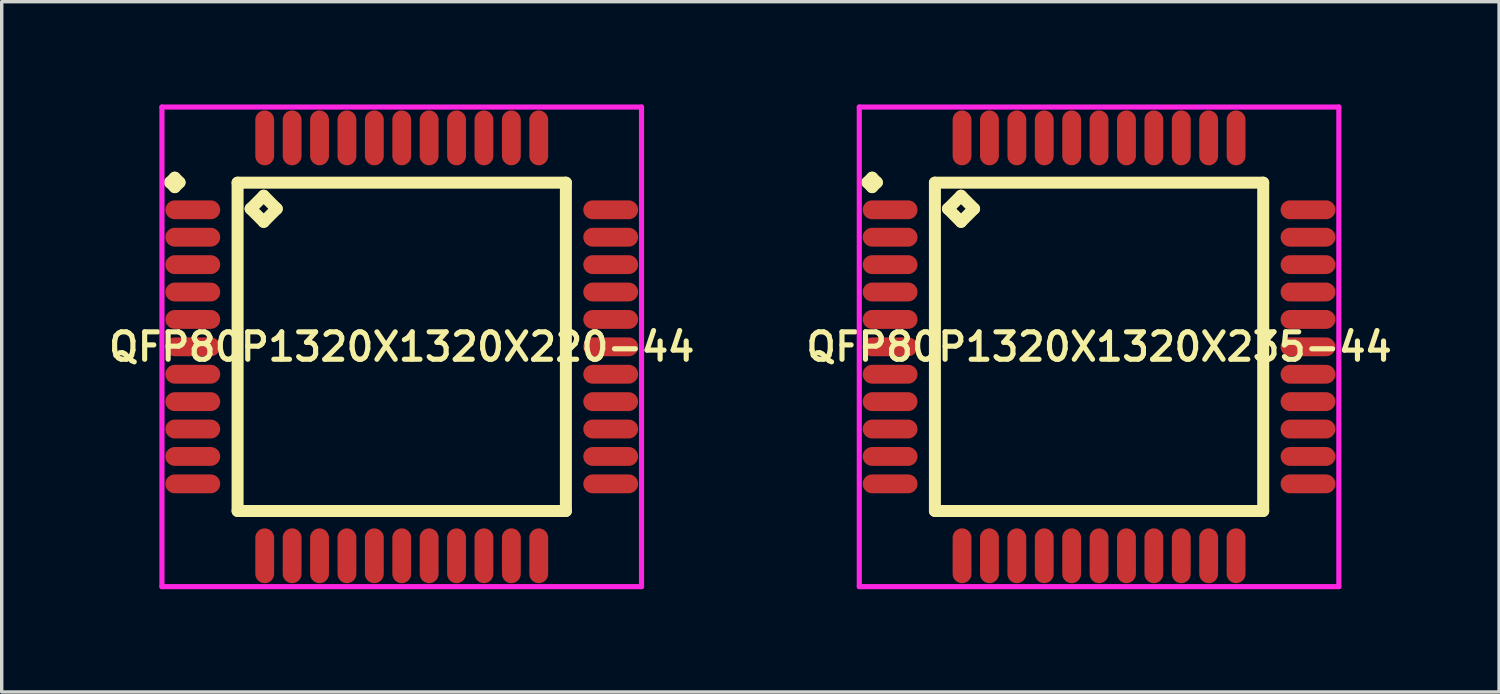
<source format=kicad_pcb>
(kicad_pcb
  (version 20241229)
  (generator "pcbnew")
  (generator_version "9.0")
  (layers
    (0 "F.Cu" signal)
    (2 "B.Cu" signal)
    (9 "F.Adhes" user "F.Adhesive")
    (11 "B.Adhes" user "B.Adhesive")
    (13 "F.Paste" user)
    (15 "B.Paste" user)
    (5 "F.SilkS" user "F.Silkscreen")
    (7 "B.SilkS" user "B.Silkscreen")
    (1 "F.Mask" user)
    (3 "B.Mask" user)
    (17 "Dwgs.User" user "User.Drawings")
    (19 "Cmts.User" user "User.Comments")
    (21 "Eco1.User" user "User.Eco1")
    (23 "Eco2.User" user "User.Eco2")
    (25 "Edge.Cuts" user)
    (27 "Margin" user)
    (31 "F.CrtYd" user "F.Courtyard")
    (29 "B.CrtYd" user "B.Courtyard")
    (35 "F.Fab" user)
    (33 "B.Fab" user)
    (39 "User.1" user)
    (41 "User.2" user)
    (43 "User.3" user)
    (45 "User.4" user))
  (footprint "QFP80P1320X1320X220-44"
    (layer "F.Cu")
    (at 8.678 7.075)
    (property "Reference" "QFP80P1320X1320X220-44" (at 0 0 0) (layer "F.SilkS") (effects (font (size 0.8 0.8) (thickness 0.15))))
    (attr through_hole)
    (fp_line (start -6.763 -4.8) (end -6.625 -4.938) (stroke (width 0.35) (type solid)) (layer "F.SilkS"))
    (fp_line (start -6.625 -4.938) (end -6.487 -4.8) (stroke (width 0.35) (type solid)) (layer "F.SilkS"))
    (fp_line (start -6.625 -4.662) (end -6.763 -4.8) (stroke (width 0.35) (type solid)) (layer "F.SilkS"))
    (fp_line (start -6.487 -4.8) (end -6.625 -4.662) (stroke (width 0.35) (type solid)) (layer "F.SilkS"))
    (fp_line (start -4.792 -4.792) (end -4.792 4.792) (stroke (width 0.35) (type solid)) (layer "F.SilkS"))
    (fp_line (start -4.792 4.792) (end 4.792 4.792) (stroke (width 0.35) (type solid)) (layer "F.SilkS"))
    (fp_line (start -4.411 -4.03) (end -4.03 -4.411) (stroke (width 0.35) (type solid)) (layer "F.SilkS"))
    (fp_line (start -4.03 -4.411) (end -3.649 -4.03) (stroke (width 0.35) (type solid)) (layer "F.SilkS"))
    (fp_line (start -4.03 -3.649) (end -4.411 -4.03) (stroke (width 0.35) (type solid)) (layer "F.SilkS"))
    (fp_line (start -3.649 -4.03) (end -4.03 -3.649) (stroke (width 0.35) (type solid)) (layer "F.SilkS"))
    (fp_line (start 4.792 -4.792) (end -4.792 -4.792) (stroke (width 0.35) (type solid)) (layer "F.SilkS"))
    (fp_line (start 4.792 4.792) (end 4.792 -4.792) (stroke (width 0.35) (type solid)) (layer "F.SilkS"))
    (fp_line (start -7 -7) (end 7 -7) (stroke (width 0.15) (type solid)) (layer "F.CrtYd"))
    (fp_line (start -7 7) (end -7 -7) (stroke (width 0.15) (type solid)) (layer "F.CrtYd"))
    (fp_line (start 7 -7) (end 7 7) (stroke (width 0.15) (type solid)) (layer "F.CrtYd"))
    (fp_line (start 7 7) (end -7 7) (stroke (width 0.15) (type solid)) (layer "F.CrtYd"))
    (pad "1" smd oval (at -6.1 -4) (size 1.6 0.55) (layers "F.Cu" "F.Mask" "F.Paste"))
    (pad "2" smd oval (at -6.1 -3.2) (size 1.6 0.55) (layers "F.Cu" "F.Mask" "F.Paste"))
    (pad "3" smd oval (at -6.1 -2.4) (size 1.6 0.55) (layers "F.Cu" "F.Mask" "F.Paste"))
    (pad "4" smd oval (at -6.1 -1.6) (size 1.6 0.55) (layers "F.Cu" "F.Mask" "F.Paste"))
    (pad "5" smd oval (at -6.1 -0.8) (size 1.6 0.55) (layers "F.Cu" "F.Mask" "F.Paste"))
    (pad "6" smd oval (at -6.1 0) (size 1.6 0.55) (layers "F.Cu" "F.Mask" "F.Paste"))
    (pad "7" smd oval (at -6.1 0.8) (size 1.6 0.55) (layers "F.Cu" "F.Mask" "F.Paste"))
    (pad "8" smd oval (at -6.1 1.6) (size 1.6 0.55) (layers "F.Cu" "F.Mask" "F.Paste"))
    (pad "9" smd oval (at -6.1 2.4) (size 1.6 0.55) (layers "F.Cu" "F.Mask" "F.Paste"))
    (pad "10" smd oval (at -6.1 3.2) (size 1.6 0.55) (layers "F.Cu" "F.Mask" "F.Paste"))
    (pad "11" smd oval (at -6.1 4) (size 1.6 0.55) (layers "F.Cu" "F.Mask" "F.Paste"))
    (pad "12" smd oval (at -4 6.1) (size 0.55 1.6) (layers "F.Cu" "F.Mask" "F.Paste"))
    (pad "13" smd oval (at -3.2 6.1) (size 0.55 1.6) (layers "F.Cu" "F.Mask" "F.Paste"))
    (pad "14" smd oval (at -2.4 6.1) (size 0.55 1.6) (layers "F.Cu" "F.Mask" "F.Paste"))
    (pad "15" smd oval (at -1.6 6.1) (size 0.55 1.6) (layers "F.Cu" "F.Mask" "F.Paste"))
    (pad "16" smd oval (at -0.8 6.1) (size 0.55 1.6) (layers "F.Cu" "F.Mask" "F.Paste"))
    (pad "17" smd oval (at 0 6.1) (size 0.55 1.6) (layers "F.Cu" "F.Mask" "F.Paste"))
    (pad "18" smd oval (at 0.8 6.1) (size 0.55 1.6) (layers "F.Cu" "F.Mask" "F.Paste"))
    (pad "19" smd oval (at 1.6 6.1) (size 0.55 1.6) (layers "F.Cu" "F.Mask" "F.Paste"))
    (pad "20" smd oval (at 2.4 6.1) (size 0.55 1.6) (layers "F.Cu" "F.Mask" "F.Paste"))
    (pad "21" smd oval (at 3.2 6.1) (size 0.55 1.6) (layers "F.Cu" "F.Mask" "F.Paste"))
    (pad "22" smd oval (at 4 6.1) (size 0.55 1.6) (layers "F.Cu" "F.Mask" "F.Paste"))
    (pad "23" smd oval (at 6.1 4) (size 1.6 0.55) (layers "F.Cu" "F.Mask" "F.Paste"))
    (pad "24" smd oval (at 6.1 3.2) (size 1.6 0.55) (layers "F.Cu" "F.Mask" "F.Paste"))
    (pad "25" smd oval (at 6.1 2.4) (size 1.6 0.55) (layers "F.Cu" "F.Mask" "F.Paste"))
    (pad "26" smd oval (at 6.1 1.6) (size 1.6 0.55) (layers "F.Cu" "F.Mask" "F.Paste"))
    (pad "27" smd oval (at 6.1 0.8) (size 1.6 0.55) (layers "F.Cu" "F.Mask" "F.Paste"))
    (pad "28" smd oval (at 6.1 0) (size 1.6 0.55) (layers "F.Cu" "F.Mask" "F.Paste"))
    (pad "29" smd oval (at 6.1 -0.8) (size 1.6 0.55) (layers "F.Cu" "F.Mask" "F.Paste"))
    (pad "30" smd oval (at 6.1 -1.6) (size 1.6 0.55) (layers "F.Cu" "F.Mask" "F.Paste"))
    (pad "31" smd oval (at 6.1 -2.4) (size 1.6 0.55) (layers "F.Cu" "F.Mask" "F.Paste"))
    (pad "32" smd oval (at 6.1 -3.2) (size 1.6 0.55) (layers "F.Cu" "F.Mask" "F.Paste"))
    (pad "33" smd oval (at 6.1 -4) (size 1.6 0.55) (layers "F.Cu" "F.Mask" "F.Paste"))
    (pad "34" smd oval (at 4 -6.1) (size 0.55 1.6) (layers "F.Cu" "F.Mask" "F.Paste"))
    (pad "35" smd oval (at 3.2 -6.1) (size 0.55 1.6) (layers "F.Cu" "F.Mask" "F.Paste"))
    (pad "36" smd oval (at 2.4 -6.1) (size 0.55 1.6) (layers "F.Cu" "F.Mask" "F.Paste"))
    (pad "37" smd oval (at 1.6 -6.1) (size 0.55 1.6) (layers "F.Cu" "F.Mask" "F.Paste"))
    (pad "38" smd oval (at 0.8 -6.1) (size 0.55 1.6) (layers "F.Cu" "F.Mask" "F.Paste"))
    (pad "39" smd oval (at 0 -6.1) (size 0.55 1.6) (layers "F.Cu" "F.Mask" "F.Paste"))
    (pad "40" smd oval (at -0.8 -6.1) (size 0.55 1.6) (layers "F.Cu" "F.Mask" "F.Paste"))
    (pad "41" smd oval (at -1.6 -6.1) (size 0.55 1.6) (layers "F.Cu" "F.Mask" "F.Paste"))
    (pad "42" smd oval (at -2.4 -6.1) (size 0.55 1.6) (layers "F.Cu" "F.Mask" "F.Paste"))
    (pad "43" smd oval (at -3.2 -6.1) (size 0.55 1.6) (layers "F.Cu" "F.Mask" "F.Paste"))
    (pad "44" smd oval (at -4 -6.1) (size 0.55 1.6) (layers "F.Cu" "F.Mask" "F.Paste")))
  (footprint "QFP80P1320X1320X235-44"
    (layer "F.Cu")
    (at 29.035 7.075)
    (property "Reference" "QFP80P1320X1320X235-44" (at 0 0 0) (layer "F.SilkS") (effects (font (size 0.8 0.8) (thickness 0.15))))
    (attr smd)
    (fp_line (start -6.763 -4.8) (end -6.625 -4.938) (stroke (width 0.35) (type solid)) (layer "F.SilkS"))
    (fp_line (start -6.625 -4.938) (end -6.487 -4.8) (stroke (width 0.35) (type solid)) (layer "F.SilkS"))
    (fp_line (start -6.625 -4.662) (end -6.763 -4.8) (stroke (width 0.35) (type solid)) (layer "F.SilkS"))
    (fp_line (start -6.487 -4.8) (end -6.625 -4.662) (stroke (width 0.35) (type solid)) (layer "F.SilkS"))
    (fp_line (start -4.792 -4.792) (end -4.792 4.792) (stroke (width 0.35) (type solid)) (layer "F.SilkS"))
    (fp_line (start -4.792 4.792) (end 4.792 4.792) (stroke (width 0.35) (type solid)) (layer "F.SilkS"))
    (fp_line (start -4.411 -4.03) (end -4.03 -4.411) (stroke (width 0.35) (type solid)) (layer "F.SilkS"))
    (fp_line (start -4.03 -4.411) (end -3.649 -4.03) (stroke (width 0.35) (type solid)) (layer "F.SilkS"))
    (fp_line (start -4.03 -3.649) (end -4.411 -4.03) (stroke (width 0.35) (type solid)) (layer "F.SilkS"))
    (fp_line (start -3.649 -4.03) (end -4.03 -3.649) (stroke (width 0.35) (type solid)) (layer "F.SilkS"))
    (fp_line (start 4.792 -4.792) (end -4.792 -4.792) (stroke (width 0.35) (type solid)) (layer "F.SilkS"))
    (fp_line (start 4.792 4.792) (end 4.792 -4.792) (stroke (width 0.35) (type solid)) (layer "F.SilkS"))
    (fp_line (start -7 -7) (end 7 -7) (stroke (width 0.15) (type solid)) (layer "F.CrtYd"))
    (fp_line (start -7 7) (end -7 -7) (stroke (width 0.15) (type solid)) (layer "F.CrtYd"))
    (fp_line (start 7 -7) (end 7 7) (stroke (width 0.15) (type solid)) (layer "F.CrtYd"))
    (fp_line (start 7 7) (end -7 7) (stroke (width 0.15) (type solid)) (layer "F.CrtYd"))
    (pad "1" smd oval (at -6.1 -4) (size 1.6 0.55) (layers "F.Cu" "F.Mask" "F.Paste"))
    (pad "2" smd oval (at -6.1 -3.2) (size 1.6 0.55) (layers "F.Cu" "F.Mask" "F.Paste"))
    (pad "3" smd oval (at -6.1 -2.4) (size 1.6 0.55) (layers "F.Cu" "F.Mask" "F.Paste"))
    (pad "4" smd oval (at -6.1 -1.6) (size 1.6 0.55) (layers "F.Cu" "F.Mask" "F.Paste"))
    (pad "5" smd oval (at -6.1 -0.8) (size 1.6 0.55) (layers "F.Cu" "F.Mask" "F.Paste"))
    (pad "6" smd oval (at -6.1 0) (size 1.6 0.55) (layers "F.Cu" "F.Mask" "F.Paste"))
    (pad "7" smd oval (at -6.1 0.8) (size 1.6 0.55) (layers "F.Cu" "F.Mask" "F.Paste"))
    (pad "8" smd oval (at -6.1 1.6) (size 1.6 0.55) (layers "F.Cu" "F.Mask" "F.Paste"))
    (pad "9" smd oval (at -6.1 2.4) (size 1.6 0.55) (layers "F.Cu" "F.Mask" "F.Paste"))
    (pad "10" smd oval (at -6.1 3.2) (size 1.6 0.55) (layers "F.Cu" "F.Mask" "F.Paste"))
    (pad "11" smd oval (at -6.1 4) (size 1.6 0.55) (layers "F.Cu" "F.Mask" "F.Paste"))
    (pad "12" smd oval (at -4 6.1) (size 0.55 1.6) (layers "F.Cu" "F.Mask" "F.Paste"))
    (pad "13" smd oval (at -3.2 6.1) (size 0.55 1.6) (layers "F.Cu" "F.Mask" "F.Paste"))
    (pad "14" smd oval (at -2.4 6.1) (size 0.55 1.6) (layers "F.Cu" "F.Mask" "F.Paste"))
    (pad "15" smd oval (at -1.6 6.1) (size 0.55 1.6) (layers "F.Cu" "F.Mask" "F.Paste"))
    (pad "16" smd oval (at -0.8 6.1) (size 0.55 1.6) (layers "F.Cu" "F.Mask" "F.Paste"))
    (pad "17" smd oval (at 0 6.1) (size 0.55 1.6) (layers "F.Cu" "F.Mask" "F.Paste"))
    (pad "18" smd oval (at 0.8 6.1) (size 0.55 1.6) (layers "F.Cu" "F.Mask" "F.Paste"))
    (pad "19" smd oval (at 1.6 6.1) (size 0.55 1.6) (layers "F.Cu" "F.Mask" "F.Paste"))
    (pad "20" smd oval (at 2.4 6.1) (size 0.55 1.6) (layers "F.Cu" "F.Mask" "F.Paste"))
    (pad "21" smd oval (at 3.2 6.1) (size 0.55 1.6) (layers "F.Cu" "F.Mask" "F.Paste"))
    (pad "22" smd oval (at 4 6.1) (size 0.55 1.6) (layers "F.Cu" "F.Mask" "F.Paste"))
    (pad "23" smd oval (at 6.1 4) (size 1.6 0.55) (layers "F.Cu" "F.Mask" "F.Paste"))
    (pad "24" smd oval (at 6.1 3.2) (size 1.6 0.55) (layers "F.Cu" "F.Mask" "F.Paste"))
    (pad "25" smd oval (at 6.1 2.4) (size 1.6 0.55) (layers "F.Cu" "F.Mask" "F.Paste"))
    (pad "26" smd oval (at 6.1 1.6) (size 1.6 0.55) (layers "F.Cu" "F.Mask" "F.Paste"))
    (pad "27" smd oval (at 6.1 0.8) (size 1.6 0.55) (layers "F.Cu" "F.Mask" "F.Paste"))
    (pad "28" smd oval (at 6.1 0) (size 1.6 0.55) (layers "F.Cu" "F.Mask" "F.Paste"))
    (pad "29" smd oval (at 6.1 -0.8) (size 1.6 0.55) (layers "F.Cu" "F.Mask" "F.Paste"))
    (pad "30" smd oval (at 6.1 -1.6) (size 1.6 0.55) (layers "F.Cu" "F.Mask" "F.Paste"))
    (pad "31" smd oval (at 6.1 -2.4) (size 1.6 0.55) (layers "F.Cu" "F.Mask" "F.Paste"))
    (pad "32" smd oval (at 6.1 -3.2) (size 1.6 0.55) (layers "F.Cu" "F.Mask" "F.Paste"))
    (pad "33" smd oval (at 6.1 -4) (size 1.6 0.55) (layers "F.Cu" "F.Mask" "F.Paste"))
    (pad "34" smd oval (at 4 -6.1) (size 0.55 1.6) (layers "F.Cu" "F.Mask" "F.Paste"))
    (pad "35" smd oval (at 3.2 -6.1) (size 0.55 1.6) (layers "F.Cu" "F.Mask" "F.Paste"))
    (pad "36" smd oval (at 2.4 -6.1) (size 0.55 1.6) (layers "F.Cu" "F.Mask" "F.Paste"))
    (pad "37" smd oval (at 1.6 -6.1) (size 0.55 1.6) (layers "F.Cu" "F.Mask" "F.Paste"))
    (pad "38" smd oval (at 0.8 -6.1) (size 0.55 1.6) (layers "F.Cu" "F.Mask" "F.Paste"))
    (pad "39" smd oval (at 0 -6.1) (size 0.55 1.6) (layers "F.Cu" "F.Mask" "F.Paste"))
    (pad "40" smd oval (at -0.8 -6.1) (size 0.55 1.6) (layers "F.Cu" "F.Mask" "F.Paste"))
    (pad "41" smd oval (at -1.6 -6.1) (size 0.55 1.6) (layers "F.Cu" "F.Mask" "F.Paste"))
    (pad "42" smd oval (at -2.4 -6.1) (size 0.55 1.6) (layers "F.Cu" "F.Mask" "F.Paste"))
    (pad "43" smd oval (at -3.2 -6.1) (size 0.55 1.6) (layers "F.Cu" "F.Mask" "F.Paste"))
    (pad "44" smd oval (at -4 -6.1) (size 0.55 1.6) (layers "F.Cu" "F.Mask" "F.Paste")))
  (gr_rect
    (start -3 -3)
    (end 40.713 17.15)
    (stroke (width 0.1) (type default))
    (fill no)
    (layer "Edge.Cuts")))
</source>
